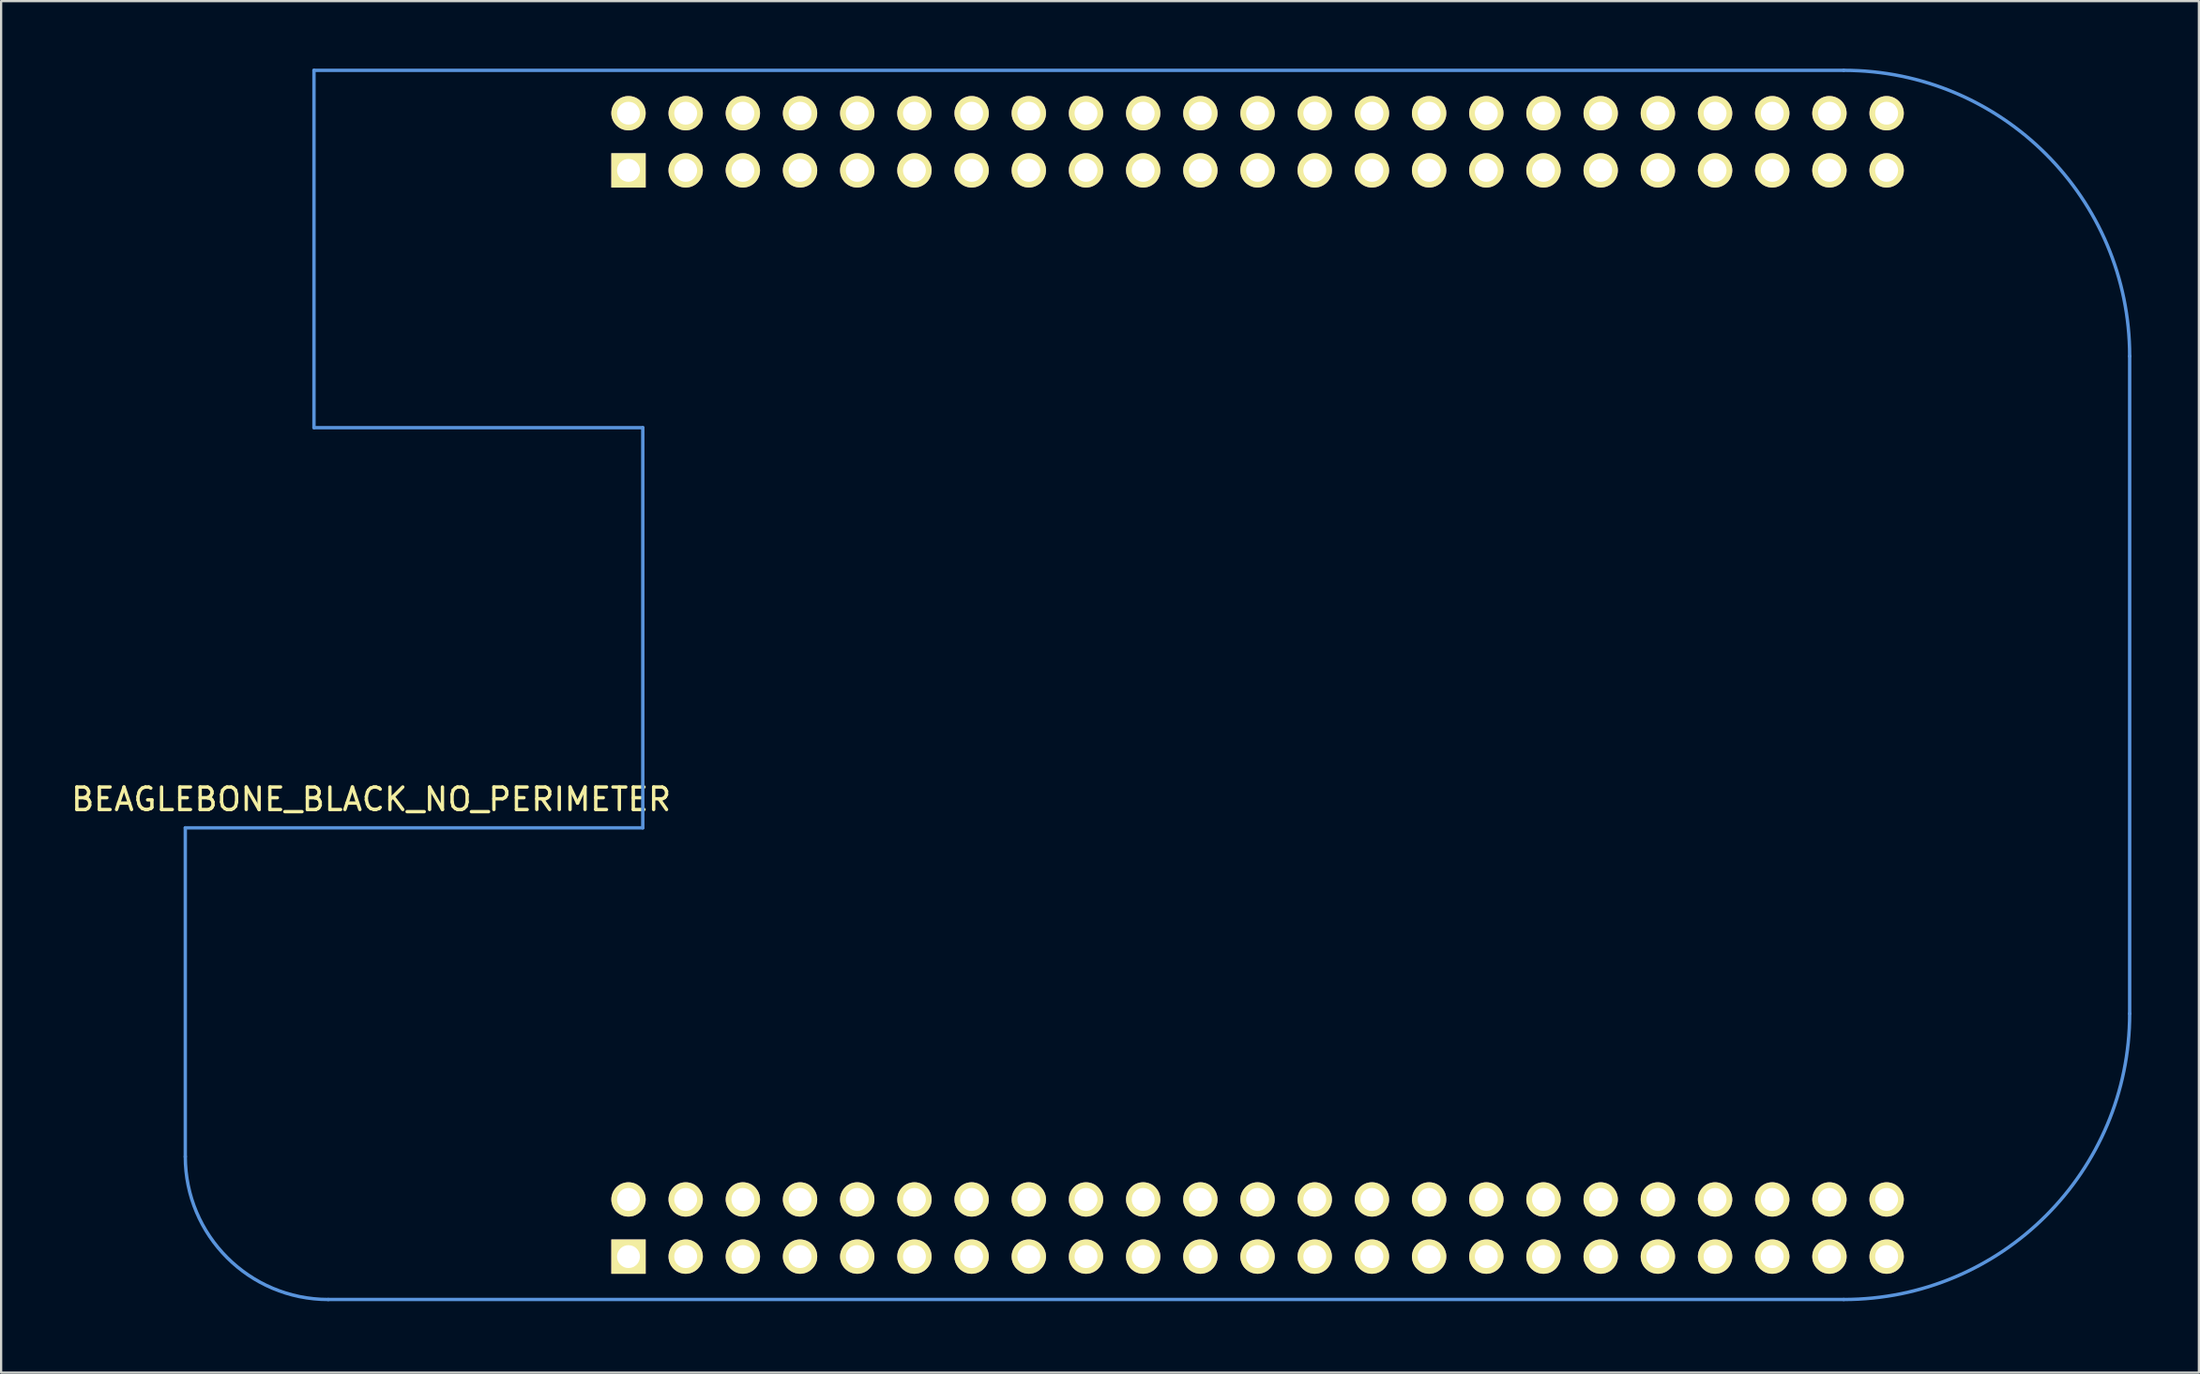
<source format=kicad_pcb>
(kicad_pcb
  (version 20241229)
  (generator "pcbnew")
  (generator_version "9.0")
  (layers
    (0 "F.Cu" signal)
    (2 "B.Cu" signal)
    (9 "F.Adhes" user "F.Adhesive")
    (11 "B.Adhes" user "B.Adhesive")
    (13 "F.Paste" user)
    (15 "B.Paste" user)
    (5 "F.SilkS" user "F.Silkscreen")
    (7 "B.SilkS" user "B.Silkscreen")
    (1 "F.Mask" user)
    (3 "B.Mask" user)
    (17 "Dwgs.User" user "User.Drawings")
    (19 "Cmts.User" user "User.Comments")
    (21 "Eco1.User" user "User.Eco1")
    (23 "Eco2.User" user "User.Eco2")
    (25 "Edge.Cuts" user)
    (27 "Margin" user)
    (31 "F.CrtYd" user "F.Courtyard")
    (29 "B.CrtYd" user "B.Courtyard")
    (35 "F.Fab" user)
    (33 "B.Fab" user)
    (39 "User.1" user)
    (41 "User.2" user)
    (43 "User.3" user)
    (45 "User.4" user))
  (footprint "BEAGLEBONE_BLACK_NO_PERIMETER"
    (layer "F.Cu")
    (at 5.18 54.685)
    (property "Reference" "BEAGLEBONE_BLACK_NO_PERIMETER" (at 8.255 -22.225 0) (layer "F.SilkS") (effects (font (size 1 1) (thickness 0.15))))
    (attr through_hole)
    (fp_line (start 0 -20.955) (end 20.32 -20.955) (stroke (width 0.15) (type solid)) (layer "Cmts.User"))
    (fp_line (start 0 -6.35) (end 0 -20.955) (stroke (width 0.15) (type solid)) (layer "Cmts.User"))
    (fp_line (start 5.715 -54.61) (end 73.66 -54.61) (stroke (width 0.15) (type solid)) (layer "Cmts.User"))
    (fp_line (start 5.715 -38.735) (end 5.715 -54.61) (stroke (width 0.15) (type solid)) (layer "Cmts.User"))
    (fp_line (start 6.35 0) (end 73.66 0) (stroke (width 0.15) (type solid)) (layer "Cmts.User"))
    (fp_line (start 20.32 -38.735) (end 5.715 -38.735) (stroke (width 0.15) (type solid)) (layer "Cmts.User"))
    (fp_line (start 20.32 -20.955) (end 20.32 -38.735) (stroke (width 0.15) (type solid)) (layer "Cmts.User"))
    (fp_line (start 86.36 -41.91) (end 86.36 -12.7) (stroke (width 0.15) (type solid)) (layer "Cmts.User"))
    (fp_arc (start 6.35 0) (mid 1.859872 -1.859872) (end 0 -6.35) (stroke (width 0.15) (type solid)) (layer "Cmts.User"))
    (fp_arc (start 73.66 -54.61) (mid 82.640256 -50.890256) (end 86.36 -41.91) (stroke (width 0.15) (type solid)) (layer "Cmts.User"))
    (fp_arc (start 86.36 -12.7) (mid 82.640256 -3.719744) (end 73.66 0) (stroke (width 0.15) (type solid)) (layer "Cmts.User"))
    (pad "A1" thru_hole rect (at 19.685 -50.165) (size 1.524 1.524) (drill 1.016) (layers "*.Cu" "*.Mask" "F.SilkS"))
    (pad "A2" thru_hole circle (at 19.685 -52.705) (size 1.524 1.524) (drill 1.016) (layers "*.Cu" "*.Mask" "F.SilkS"))
    (pad "A3" thru_hole circle (at 22.225 -50.165) (size 1.524 1.524) (drill 1.016) (layers "*.Cu" "*.Mask" "F.SilkS"))
    (pad "A4" thru_hole circle (at 22.225 -52.705) (size 1.524 1.524) (drill 1.016) (layers "*.Cu" "*.Mask" "F.SilkS"))
    (pad "A5" thru_hole circle (at 24.765 -50.165) (size 1.524 1.524) (drill 1.016) (layers "*.Cu" "*.Mask" "F.SilkS"))
    (pad "A6" thru_hole circle (at 24.765 -52.705) (size 1.524 1.524) (drill 1.016) (layers "*.Cu" "*.Mask" "F.SilkS"))
    (pad "A7" thru_hole circle (at 27.305 -50.165) (size 1.524 1.524) (drill 1.016) (layers "*.Cu" "*.Mask" "F.SilkS"))
    (pad "A8" thru_hole circle (at 27.305 -52.705) (size 1.524 1.524) (drill 1.016) (layers "*.Cu" "*.Mask" "F.SilkS"))
    (pad "A9" thru_hole circle (at 29.845 -50.165) (size 1.524 1.524) (drill 1.016) (layers "*.Cu" "*.Mask" "F.SilkS"))
    (pad "A10" thru_hole circle (at 29.845 -52.705) (size 1.524 1.524) (drill 1.016) (layers "*.Cu" "*.Mask" "F.SilkS"))
    (pad "A11" thru_hole circle (at 32.385 -50.165) (size 1.524 1.524) (drill 1.016) (layers "*.Cu" "*.Mask" "F.SilkS"))
    (pad "A12" thru_hole circle (at 32.385 -52.705) (size 1.524 1.524) (drill 1.016) (layers "*.Cu" "*.Mask" "F.SilkS"))
    (pad "A13" thru_hole circle (at 34.925 -50.165) (size 1.524 1.524) (drill 1.016) (layers "*.Cu" "*.Mask" "F.SilkS"))
    (pad "A14" thru_hole circle (at 34.925 -52.705) (size 1.524 1.524) (drill 1.016) (layers "*.Cu" "*.Mask" "F.SilkS"))
    (pad "A15" thru_hole circle (at 37.465 -50.165) (size 1.524 1.524) (drill 1.016) (layers "*.Cu" "*.Mask" "F.SilkS"))
    (pad "A16" thru_hole circle (at 37.465 -52.705) (size 1.524 1.524) (drill 1.016) (layers "*.Cu" "*.Mask" "F.SilkS"))
    (pad "A17" thru_hole circle (at 40.005 -50.165) (size 1.524 1.524) (drill 1.016) (layers "*.Cu" "*.Mask" "F.SilkS"))
    (pad "A18" thru_hole circle (at 40.005 -52.705) (size 1.524 1.524) (drill 1.016) (layers "*.Cu" "*.Mask" "F.SilkS"))
    (pad "A19" thru_hole circle (at 42.545 -50.165) (size 1.524 1.524) (drill 1.016) (layers "*.Cu" "*.Mask" "F.SilkS"))
    (pad "A20" thru_hole circle (at 42.545 -52.705) (size 1.524 1.524) (drill 1.016) (layers "*.Cu" "*.Mask" "F.SilkS"))
    (pad "A21" thru_hole circle (at 45.085 -50.165) (size 1.524 1.524) (drill 1.016) (layers "*.Cu" "*.Mask" "F.SilkS"))
    (pad "A22" thru_hole circle (at 45.085 -52.705) (size 1.524 1.524) (drill 1.016) (layers "*.Cu" "*.Mask" "F.SilkS"))
    (pad "A23" thru_hole circle (at 47.625 -50.165) (size 1.524 1.524) (drill 1.016) (layers "*.Cu" "*.Mask" "F.SilkS"))
    (pad "A24" thru_hole circle (at 47.625 -52.705) (size 1.524 1.524) (drill 1.016) (layers "*.Cu" "*.Mask" "F.SilkS"))
    (pad "A25" thru_hole circle (at 50.165 -50.165) (size 1.524 1.524) (drill 1.016) (layers "*.Cu" "*.Mask" "F.SilkS"))
    (pad "A26" thru_hole circle (at 50.165 -52.705) (size 1.524 1.524) (drill 1.016) (layers "*.Cu" "*.Mask" "F.SilkS"))
    (pad "A27" thru_hole circle (at 52.705 -50.165) (size 1.524 1.524) (drill 1.016) (layers "*.Cu" "*.Mask" "F.SilkS"))
    (pad "A28" thru_hole circle (at 52.705 -52.705) (size 1.524 1.524) (drill 1.016) (layers "*.Cu" "*.Mask" "F.SilkS"))
    (pad "A29" thru_hole circle (at 55.245 -50.165) (size 1.524 1.524) (drill 1.016) (layers "*.Cu" "*.Mask" "F.SilkS"))
    (pad "A30" thru_hole circle (at 55.245 -52.705) (size 1.524 1.524) (drill 1.016) (layers "*.Cu" "*.Mask" "F.SilkS"))
    (pad "A31" thru_hole circle (at 57.785 -50.165) (size 1.524 1.524) (drill 1.016) (layers "*.Cu" "*.Mask" "F.SilkS"))
    (pad "A32" thru_hole circle (at 57.785 -52.705) (size 1.524 1.524) (drill 1.016) (layers "*.Cu" "*.Mask" "F.SilkS"))
    (pad "A33" thru_hole circle (at 60.325 -50.165) (size 1.524 1.524) (drill 1.016) (layers "*.Cu" "*.Mask" "F.SilkS"))
    (pad "A34" thru_hole circle (at 60.325 -52.705) (size 1.524 1.524) (drill 1.016) (layers "*.Cu" "*.Mask" "F.SilkS"))
    (pad "A35" thru_hole circle (at 62.865 -50.165) (size 1.524 1.524) (drill 1.016) (layers "*.Cu" "*.Mask" "F.SilkS"))
    (pad "A36" thru_hole circle (at 62.865 -52.705) (size 1.524 1.524) (drill 1.016) (layers "*.Cu" "*.Mask" "F.SilkS"))
    (pad "A37" thru_hole circle (at 65.405 -50.165) (size 1.524 1.524) (drill 1.016) (layers "*.Cu" "*.Mask" "F.SilkS"))
    (pad "A38" thru_hole circle (at 65.405 -52.705) (size 1.524 1.524) (drill 1.016) (layers "*.Cu" "*.Mask" "F.SilkS"))
    (pad "A39" thru_hole circle (at 67.945 -50.165) (size 1.524 1.524) (drill 1.016) (layers "*.Cu" "*.Mask" "F.SilkS"))
    (pad "A40" thru_hole circle (at 67.945 -52.705) (size 1.524 1.524) (drill 1.016) (layers "*.Cu" "*.Mask" "F.SilkS"))
    (pad "A41" thru_hole circle (at 70.485 -50.165) (size 1.524 1.524) (drill 1.016) (layers "*.Cu" "*.Mask" "F.SilkS"))
    (pad "A42" thru_hole circle (at 70.485 -52.705) (size 1.524 1.524) (drill 1.016) (layers "*.Cu" "*.Mask" "F.SilkS"))
    (pad "A43" thru_hole circle (at 73.025 -50.165) (size 1.524 1.524) (drill 1.016) (layers "*.Cu" "*.Mask" "F.SilkS"))
    (pad "A44" thru_hole circle (at 73.025 -52.705) (size 1.524 1.524) (drill 1.016) (layers "*.Cu" "*.Mask" "F.SilkS"))
    (pad "A45" thru_hole circle (at 75.565 -50.165) (size 1.524 1.524) (drill 1.016) (layers "*.Cu" "*.Mask" "F.SilkS"))
    (pad "A46" thru_hole circle (at 75.565 -52.705) (size 1.524 1.524) (drill 1.016) (layers "*.Cu" "*.Mask" "F.SilkS"))
    (pad "B1" thru_hole rect (at 19.685 -1.905) (size 1.524 1.524) (drill 1.016) (layers "*.Cu" "*.Mask" "F.SilkS"))
    (pad "B2" thru_hole circle (at 19.685 -4.445) (size 1.524 1.524) (drill 1.016) (layers "*.Cu" "*.Mask" "F.SilkS"))
    (pad "B3" thru_hole circle (at 22.225 -1.905) (size 1.524 1.524) (drill 1.016) (layers "*.Cu" "*.Mask" "F.SilkS"))
    (pad "B4" thru_hole circle (at 22.225 -4.445) (size 1.524 1.524) (drill 1.016) (layers "*.Cu" "*.Mask" "F.SilkS"))
    (pad "B5" thru_hole circle (at 24.765 -1.905) (size 1.524 1.524) (drill 1.016) (layers "*.Cu" "*.Mask" "F.SilkS"))
    (pad "B6" thru_hole circle (at 24.765 -4.445) (size 1.524 1.524) (drill 1.016) (layers "*.Cu" "*.Mask" "F.SilkS"))
    (pad "B7" thru_hole circle (at 27.305 -1.905) (size 1.524 1.524) (drill 1.016) (layers "*.Cu" "*.Mask" "F.SilkS"))
    (pad "B8" thru_hole circle (at 27.305 -4.445) (size 1.524 1.524) (drill 1.016) (layers "*.Cu" "*.Mask" "F.SilkS"))
    (pad "B9" thru_hole circle (at 29.845 -1.905) (size 1.524 1.524) (drill 1.016) (layers "*.Cu" "*.Mask" "F.SilkS"))
    (pad "B10" thru_hole circle (at 29.845 -4.445) (size 1.524 1.524) (drill 1.016) (layers "*.Cu" "*.Mask" "F.SilkS"))
    (pad "B11" thru_hole circle (at 32.385 -1.905) (size 1.524 1.524) (drill 1.016) (layers "*.Cu" "*.Mask" "F.SilkS"))
    (pad "B12" thru_hole circle (at 32.385 -4.445) (size 1.524 1.524) (drill 1.016) (layers "*.Cu" "*.Mask" "F.SilkS"))
    (pad "B13" thru_hole circle (at 34.925 -1.905) (size 1.524 1.524) (drill 1.016) (layers "*.Cu" "*.Mask" "F.SilkS"))
    (pad "B14" thru_hole circle (at 34.925 -4.445) (size 1.524 1.524) (drill 1.016) (layers "*.Cu" "*.Mask" "F.SilkS"))
    (pad "B15" thru_hole circle (at 37.465 -1.905) (size 1.524 1.524) (drill 1.016) (layers "*.Cu" "*.Mask" "F.SilkS"))
    (pad "B16" thru_hole circle (at 37.465 -4.445) (size 1.524 1.524) (drill 1.016) (layers "*.Cu" "*.Mask" "F.SilkS"))
    (pad "B17" thru_hole circle (at 40.005 -1.905) (size 1.524 1.524) (drill 1.016) (layers "*.Cu" "*.Mask" "F.SilkS"))
    (pad "B18" thru_hole circle (at 40.005 -4.445) (size 1.524 1.524) (drill 1.016) (layers "*.Cu" "*.Mask" "F.SilkS"))
    (pad "B19" thru_hole circle (at 42.545 -1.905) (size 1.524 1.524) (drill 1.016) (layers "*.Cu" "*.Mask" "F.SilkS"))
    (pad "B20" thru_hole circle (at 42.545 -4.445) (size 1.524 1.524) (drill 1.016) (layers "*.Cu" "*.Mask" "F.SilkS"))
    (pad "B21" thru_hole circle (at 45.085 -1.905) (size 1.524 1.524) (drill 1.016) (layers "*.Cu" "*.Mask" "F.SilkS"))
    (pad "B22" thru_hole circle (at 45.085 -4.445) (size 1.524 1.524) (drill 1.016) (layers "*.Cu" "*.Mask" "F.SilkS"))
    (pad "B23" thru_hole circle (at 47.625 -1.905) (size 1.524 1.524) (drill 1.016) (layers "*.Cu" "*.Mask" "F.SilkS"))
    (pad "B24" thru_hole circle (at 47.625 -4.445) (size 1.524 1.524) (drill 1.016) (layers "*.Cu" "*.Mask" "F.SilkS"))
    (pad "B25" thru_hole circle (at 50.165 -1.905) (size 1.524 1.524) (drill 1.016) (layers "*.Cu" "*.Mask" "F.SilkS"))
    (pad "B26" thru_hole circle (at 50.165 -4.445) (size 1.524 1.524) (drill 1.016) (layers "*.Cu" "*.Mask" "F.SilkS"))
    (pad "B27" thru_hole circle (at 52.705 -1.905) (size 1.524 1.524) (drill 1.016) (layers "*.Cu" "*.Mask" "F.SilkS"))
    (pad "B28" thru_hole circle (at 52.705 -4.445) (size 1.524 1.524) (drill 1.016) (layers "*.Cu" "*.Mask" "F.SilkS"))
    (pad "B29" thru_hole circle (at 55.245 -1.905) (size 1.524 1.524) (drill 1.016) (layers "*.Cu" "*.Mask" "F.SilkS"))
    (pad "B30" thru_hole circle (at 55.245 -4.445) (size 1.524 1.524) (drill 1.016) (layers "*.Cu" "*.Mask" "F.SilkS"))
    (pad "B31" thru_hole circle (at 57.785 -1.905) (size 1.524 1.524) (drill 1.016) (layers "*.Cu" "*.Mask" "F.SilkS"))
    (pad "B32" thru_hole circle (at 57.785 -4.445) (size 1.524 1.524) (drill 1.016) (layers "*.Cu" "*.Mask" "F.SilkS"))
    (pad "B33" thru_hole circle (at 60.325 -1.905) (size 1.524 1.524) (drill 1.016) (layers "*.Cu" "*.Mask" "F.SilkS"))
    (pad "B34" thru_hole circle (at 60.325 -4.445) (size 1.524 1.524) (drill 1.016) (layers "*.Cu" "*.Mask" "F.SilkS"))
    (pad "B35" thru_hole circle (at 62.865 -1.905) (size 1.524 1.524) (drill 1.016) (layers "*.Cu" "*.Mask" "F.SilkS"))
    (pad "B36" thru_hole circle (at 62.865 -4.445) (size 1.524 1.524) (drill 1.016) (layers "*.Cu" "*.Mask" "F.SilkS"))
    (pad "B37" thru_hole circle (at 65.405 -1.905) (size 1.524 1.524) (drill 1.016) (layers "*.Cu" "*.Mask" "F.SilkS"))
    (pad "B38" thru_hole circle (at 65.405 -4.445) (size 1.524 1.524) (drill 1.016) (layers "*.Cu" "*.Mask" "F.SilkS"))
    (pad "B39" thru_hole circle (at 67.945 -1.905) (size 1.524 1.524) (drill 1.016) (layers "*.Cu" "*.Mask" "F.SilkS"))
    (pad "B40" thru_hole circle (at 67.945 -4.445) (size 1.524 1.524) (drill 1.016) (layers "*.Cu" "*.Mask" "F.SilkS"))
    (pad "B41" thru_hole circle (at 70.485 -1.905) (size 1.524 1.524) (drill 1.016) (layers "*.Cu" "*.Mask" "F.SilkS"))
    (pad "B42" thru_hole circle (at 70.485 -4.445) (size 1.524 1.524) (drill 1.016) (layers "*.Cu" "*.Mask" "F.SilkS"))
    (pad "B43" thru_hole circle (at 73.025 -1.905) (size 1.524 1.524) (drill 1.016) (layers "*.Cu" "*.Mask" "F.SilkS"))
    (pad "B44" thru_hole circle (at 73.025 -4.445) (size 1.524 1.524) (drill 1.016) (layers "*.Cu" "*.Mask" "F.SilkS"))
    (pad "B45" thru_hole circle (at 75.565 -1.905) (size 1.524 1.524) (drill 1.016) (layers "*.Cu" "*.Mask" "F.SilkS"))
    (pad "B46" thru_hole circle (at 75.565 -4.445) (size 1.524 1.524) (drill 1.016) (layers "*.Cu" "*.Mask" "F.SilkS")))
  (gr_rect
    (start -3 -3)
    (end 94.615 57.935)
    (stroke (width 0.1) (type default))
    (fill no)
    (layer "Edge.Cuts")))
</source>
